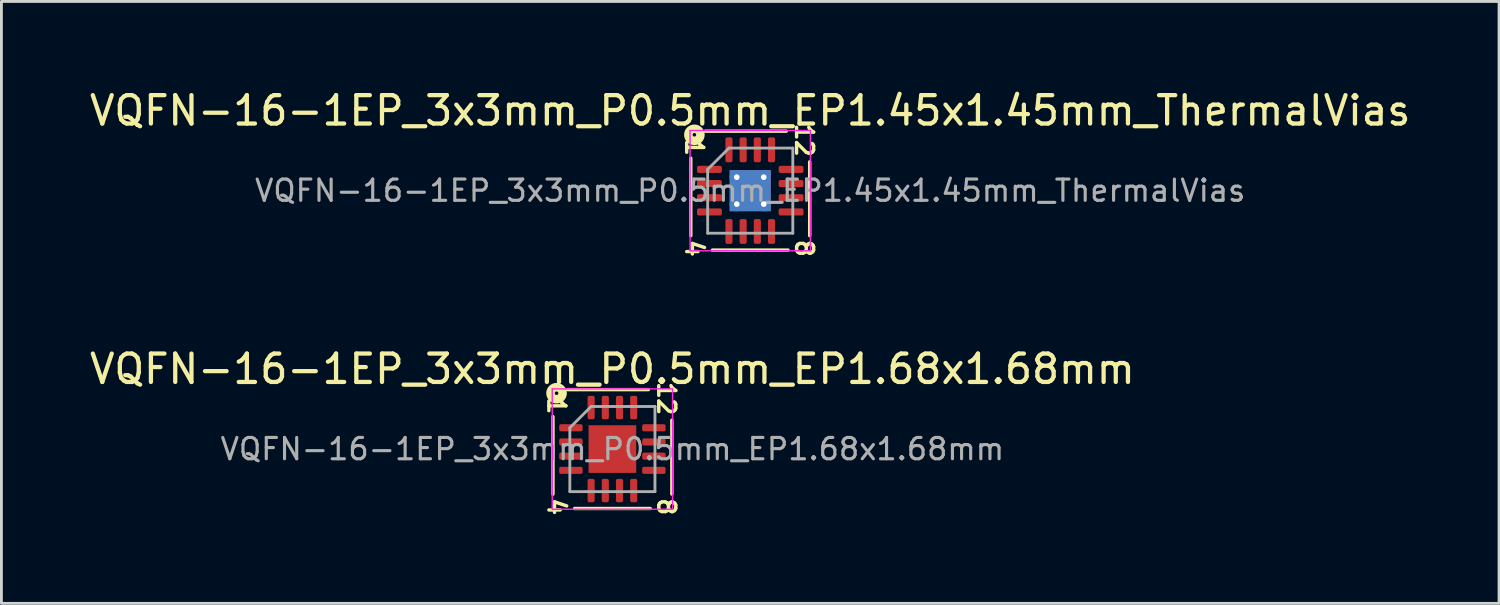
<source format=kicad_pcb>
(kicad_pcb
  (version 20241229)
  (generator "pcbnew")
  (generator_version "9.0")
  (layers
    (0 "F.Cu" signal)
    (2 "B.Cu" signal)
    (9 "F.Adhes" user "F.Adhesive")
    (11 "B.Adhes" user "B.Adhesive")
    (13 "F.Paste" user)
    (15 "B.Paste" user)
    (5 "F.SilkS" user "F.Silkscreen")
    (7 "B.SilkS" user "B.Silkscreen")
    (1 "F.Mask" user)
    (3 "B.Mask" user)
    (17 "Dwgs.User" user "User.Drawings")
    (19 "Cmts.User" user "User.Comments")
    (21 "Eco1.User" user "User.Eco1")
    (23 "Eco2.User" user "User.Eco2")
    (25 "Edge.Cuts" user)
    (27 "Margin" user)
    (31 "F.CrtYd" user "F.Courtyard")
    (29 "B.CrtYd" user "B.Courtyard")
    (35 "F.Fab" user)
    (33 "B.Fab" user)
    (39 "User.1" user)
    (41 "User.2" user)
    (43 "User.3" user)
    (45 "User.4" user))
  (footprint "VQFN-16-1EP_3x3mm_P0.5mm_EP1.45x1.45mm_ThermalVias"
    (layer "F.Cu")
    (at 23.387 3.668)
    (property "Reference" "VQFN-16-1EP_3x3mm_P0.5mm_EP1.45x1.45mm_ThermalVias" (at 0 -2.82 0) (layer "F.SilkS") (effects (font (size 1 1) (thickness 0.15))))
    (attr smd)
    (fp_line (start -2.095 1.587) (end -2.095 -1.143) (stroke (width 0.12) (type solid)) (layer "F.SilkS"))
    (fp_line (start -1.587 -2.095) (end 1.27 -2.095) (stroke (width 0.12) (type solid)) (layer "F.SilkS"))
    (fp_line (start 1.333 2.095) (end -1.333 2.095) (stroke (width 0.12) (type solid)) (layer "F.SilkS"))
    (fp_line (start 2.095 -1.016) (end 2.095 1.587) (stroke (width 0.12) (type solid)) (layer "F.SilkS"))
    (fp_circle (center -1.968 -1.968) (end -1.905 -1.968) (stroke (width 0.3) (type solid)) (fill no) (layer "F.SilkS"))
    (fp_line (start -2.12 -2.12) (end -2.12 2.12) (stroke (width 0.05) (type solid)) (layer "F.CrtYd"))
    (fp_line (start -2.12 2.12) (end 2.12 2.12) (stroke (width 0.05) (type solid)) (layer "F.CrtYd"))
    (fp_line (start 2.12 -2.12) (end -2.12 -2.12) (stroke (width 0.05) (type solid)) (layer "F.CrtYd"))
    (fp_line (start 2.12 2.12) (end 2.12 -2.12) (stroke (width 0.05) (type solid)) (layer "F.CrtYd"))
    (fp_line (start -1.5 -0.75) (end -0.75 -1.5) (stroke (width 0.1) (type solid)) (layer "F.Fab"))
    (fp_line (start -1.5 1.5) (end -1.5 -0.75) (stroke (width 0.1) (type solid)) (layer "F.Fab"))
    (fp_line (start -0.75 -1.5) (end 1.5 -1.5) (stroke (width 0.1) (type solid)) (layer "F.Fab"))
    (fp_line (start 1.5 -1.5) (end 1.5 1.5) (stroke (width 0.1) (type solid)) (layer "F.Fab"))
    (fp_line (start 1.5 1.5) (end -1.5 1.5) (stroke (width 0.1) (type solid)) (layer "F.Fab"))
    (fp_text user "4" (at -1.968 2.032 270) (unlocked yes) (layer "F.SilkS") (effects (font (size 0.6 0.6) (thickness 0.12))))
    (fp_text user "12" (at 1.905 -1.778 270) (unlocked yes) (layer "F.SilkS") (effects (font (size 0.6 0.6) (thickness 0.12))))
    (fp_text user "1" (at -1.968 -1.524 270) (unlocked yes) (layer "F.SilkS") (effects (font (size 0.6 0.6) (thickness 0.12))))
    (fp_text user "8" (at 1.905 2.032 270) (unlocked yes) (layer "F.SilkS") (effects (font (size 0.6 0.6) (thickness 0.12))))
    (fp_text user "${REFERENCE}" (at 0 0 0) (layer "F.Fab") (effects (font (size 0.75 0.75) (thickness 0.11))))
    (pad "" smd roundrect (at -0.36 -0.36) (size 0.63 0.63) (layers "F.Paste") (roundrect_rratio 0.25))
    (pad "" smd roundrect (at -0.36 0.36) (size 0.63 0.63) (layers "F.Paste") (roundrect_rratio 0.25))
    (pad "" smd roundrect (at 0.36 -0.36) (size 0.63 0.63) (layers "F.Paste") (roundrect_rratio 0.25))
    (pad "" smd roundrect (at 0.36 0.36) (size 0.63 0.63) (layers "F.Paste") (roundrect_rratio 0.25))
    (pad "1" smd roundrect (at -1.438 -0.75) (size 0.875 0.25) (layers "F.Cu" "F.Mask" "F.Paste") (roundrect_rratio 0.25))
    (pad "2" smd roundrect (at -1.438 -0.25) (size 0.875 0.25) (layers "F.Cu" "F.Mask" "F.Paste") (roundrect_rratio 0.25))
    (pad "3" smd roundrect (at -1.438 0.25) (size 0.875 0.25) (layers "F.Cu" "F.Mask" "F.Paste") (roundrect_rratio 0.25))
    (pad "4" smd roundrect (at -1.438 0.75) (size 0.875 0.25) (layers "F.Cu" "F.Mask" "F.Paste") (roundrect_rratio 0.25))
    (pad "5" smd roundrect (at -0.75 1.438) (size 0.25 0.875) (layers "F.Cu" "F.Mask" "F.Paste") (roundrect_rratio 0.25))
    (pad "6" smd roundrect (at -0.25 1.438) (size 0.25 0.875) (layers "F.Cu" "F.Mask" "F.Paste") (roundrect_rratio 0.25))
    (pad "7" smd roundrect (at 0.25 1.438) (size 0.25 0.875) (layers "F.Cu" "F.Mask" "F.Paste") (roundrect_rratio 0.25))
    (pad "8" smd roundrect (at 0.75 1.438) (size 0.25 0.875) (layers "F.Cu" "F.Mask" "F.Paste") (roundrect_rratio 0.25))
    (pad "9" smd roundrect (at 1.438 0.75) (size 0.875 0.25) (layers "F.Cu" "F.Mask" "F.Paste") (roundrect_rratio 0.25))
    (pad "10" smd roundrect (at 1.438 0.25) (size 0.875 0.25) (layers "F.Cu" "F.Mask" "F.Paste") (roundrect_rratio 0.25))
    (pad "11" smd roundrect (at 1.438 -0.25) (size 0.875 0.25) (layers "F.Cu" "F.Mask" "F.Paste") (roundrect_rratio 0.25))
    (pad "12" smd roundrect (at 1.438 -0.75) (size 0.875 0.25) (layers "F.Cu" "F.Mask" "F.Paste") (roundrect_rratio 0.25))
    (pad "13" smd roundrect (at 0.75 -1.438) (size 0.25 0.875) (layers "F.Cu" "F.Mask" "F.Paste") (roundrect_rratio 0.25))
    (pad "14" smd roundrect (at 0.25 -1.438) (size 0.25 0.875) (layers "F.Cu" "F.Mask" "F.Paste") (roundrect_rratio 0.25))
    (pad "15" smd roundrect (at -0.25 -1.438) (size 0.25 0.875) (layers "F.Cu" "F.Mask" "F.Paste") (roundrect_rratio 0.25))
    (pad "16" smd roundrect (at -0.75 -1.438) (size 0.25 0.875) (layers "F.Cu" "F.Mask" "F.Paste") (roundrect_rratio 0.25))
    (pad "17" thru_hole circle (at -0.475 -0.475) (size 0.5 0.5) (drill 0.2) (layers "*.Cu"))
    (pad "17" thru_hole circle (at -0.475 0.475) (size 0.5 0.5) (drill 0.2) (layers "*.Cu"))
    (pad "17" smd rect (at 0 0) (size 1.45 1.45) (layers "F.Cu" "F.Mask"))
    (pad "17" smd rect (at 0 0) (size 1.45 1.45) (layers "B.Cu" "B.Mask"))
    (pad "17" thru_hole circle (at 0.475 -0.475) (size 0.5 0.5) (drill 0.2) (layers "*.Cu"))
    (pad "17" thru_hole circle (at 0.475 0.475) (size 0.5 0.5) (drill 0.2) (layers "*.Cu")))
  (footprint "VQFN-16-1EP_3x3mm_P0.5mm_EP1.68x1.68mm"
    (layer "F.Cu")
    (at 18.53 12.774)
    (property "Reference" "VQFN-16-1EP_3x3mm_P0.5mm_EP1.68x1.68mm" (at 0 -2.82 0) (layer "F.SilkS") (effects (font (size 1 1) (thickness 0.15))))
    (attr smd)
    (fp_line (start -2.095 1.587) (end -2.095 -1.143) (stroke (width 0.12) (type solid)) (layer "F.SilkS"))
    (fp_line (start -1.587 -2.095) (end 1.27 -2.095) (stroke (width 0.12) (type solid)) (layer "F.SilkS"))
    (fp_line (start 1.333 2.095) (end -1.333 2.095) (stroke (width 0.12) (type solid)) (layer "F.SilkS"))
    (fp_line (start 2.095 -1.016) (end 2.095 1.587) (stroke (width 0.12) (type solid)) (layer "F.SilkS"))
    (fp_circle (center -1.968 -1.968) (end -1.905 -1.968) (stroke (width 0.3) (type solid)) (fill no) (layer "F.SilkS"))
    (fp_line (start -2.12 -2.12) (end -2.12 2.12) (stroke (width 0.05) (type solid)) (layer "F.CrtYd"))
    (fp_line (start -2.12 2.12) (end 2.12 2.12) (stroke (width 0.05) (type solid)) (layer "F.CrtYd"))
    (fp_line (start 2.12 -2.12) (end -2.12 -2.12) (stroke (width 0.05) (type solid)) (layer "F.CrtYd"))
    (fp_line (start 2.12 2.12) (end 2.12 -2.12) (stroke (width 0.05) (type solid)) (layer "F.CrtYd"))
    (fp_line (start -1.5 -0.75) (end -0.75 -1.5) (stroke (width 0.1) (type solid)) (layer "F.Fab"))
    (fp_line (start -1.5 1.5) (end -1.5 -0.75) (stroke (width 0.1) (type solid)) (layer "F.Fab"))
    (fp_line (start -0.75 -1.5) (end 1.5 -1.5) (stroke (width 0.1) (type solid)) (layer "F.Fab"))
    (fp_line (start 1.5 -1.5) (end 1.5 1.5) (stroke (width 0.1) (type solid)) (layer "F.Fab"))
    (fp_line (start 1.5 1.5) (end -1.5 1.5) (stroke (width 0.1) (type solid)) (layer "F.Fab"))
    (fp_text user "8" (at 1.905 2.032 270) (unlocked yes) (layer "F.SilkS") (effects (font (size 0.6 0.6) (thickness 0.12))))
    (fp_text user "4" (at -1.968 2.032 270) (unlocked yes) (layer "F.SilkS") (effects (font (size 0.6 0.6) (thickness 0.12))))
    (fp_text user "1" (at -1.968 -1.524 270) (unlocked yes) (layer "F.SilkS") (effects (font (size 0.6 0.6) (thickness 0.12))))
    (fp_text user "12" (at 1.905 -1.778 270) (unlocked yes) (layer "F.SilkS") (effects (font (size 0.6 0.6) (thickness 0.12))))
    (fp_text user "${REFERENCE}" (at 0 0 0) (layer "F.Fab") (effects (font (size 0.75 0.75) (thickness 0.11))))
    (pad "" smd roundrect (at -0.42 -0.42) (size 0.68 0.68) (layers "F.Paste") (roundrect_rratio 0.25))
    (pad "" smd roundrect (at -0.42 0.42) (size 0.68 0.68) (layers "F.Paste") (roundrect_rratio 0.25))
    (pad "" smd roundrect (at 0.42 -0.42) (size 0.68 0.68) (layers "F.Paste") (roundrect_rratio 0.25))
    (pad "" smd roundrect (at 0.42 0.42) (size 0.68 0.68) (layers "F.Paste") (roundrect_rratio 0.25))
    (pad "1" smd roundrect (at -1.462 -0.75) (size 0.825 0.25) (layers "F.Cu" "F.Mask" "F.Paste") (roundrect_rratio 0.25))
    (pad "2" smd roundrect (at -1.462 -0.25) (size 0.825 0.25) (layers "F.Cu" "F.Mask" "F.Paste") (roundrect_rratio 0.25))
    (pad "3" smd roundrect (at -1.462 0.25) (size 0.825 0.25) (layers "F.Cu" "F.Mask" "F.Paste") (roundrect_rratio 0.25))
    (pad "4" smd roundrect (at -1.462 0.75) (size 0.825 0.25) (layers "F.Cu" "F.Mask" "F.Paste") (roundrect_rratio 0.25))
    (pad "5" smd roundrect (at -0.75 1.462) (size 0.25 0.825) (layers "F.Cu" "F.Mask" "F.Paste") (roundrect_rratio 0.25))
    (pad "6" smd roundrect (at -0.25 1.462) (size 0.25 0.825) (layers "F.Cu" "F.Mask" "F.Paste") (roundrect_rratio 0.25))
    (pad "7" smd roundrect (at 0.25 1.462) (size 0.25 0.825) (layers "F.Cu" "F.Mask" "F.Paste") (roundrect_rratio 0.25))
    (pad "8" smd roundrect (at 0.75 1.462) (size 0.25 0.825) (layers "F.Cu" "F.Mask" "F.Paste") (roundrect_rratio 0.25))
    (pad "9" smd roundrect (at 1.462 0.75) (size 0.825 0.25) (layers "F.Cu" "F.Mask" "F.Paste") (roundrect_rratio 0.25))
    (pad "10" smd roundrect (at 1.462 0.25) (size 0.825 0.25) (layers "F.Cu" "F.Mask" "F.Paste") (roundrect_rratio 0.25))
    (pad "11" smd roundrect (at 1.462 -0.25) (size 0.825 0.25) (layers "F.Cu" "F.Mask" "F.Paste") (roundrect_rratio 0.25))
    (pad "12" smd roundrect (at 1.462 -0.75) (size 0.825 0.25) (layers "F.Cu" "F.Mask" "F.Paste") (roundrect_rratio 0.25))
    (pad "13" smd roundrect (at 0.75 -1.462) (size 0.25 0.825) (layers "F.Cu" "F.Mask" "F.Paste") (roundrect_rratio 0.25))
    (pad "14" smd roundrect (at 0.25 -1.462) (size 0.25 0.825) (layers "F.Cu" "F.Mask" "F.Paste") (roundrect_rratio 0.25))
    (pad "15" smd roundrect (at -0.25 -1.462) (size 0.25 0.825) (layers "F.Cu" "F.Mask" "F.Paste") (roundrect_rratio 0.25))
    (pad "16" smd roundrect (at -0.75 -1.462) (size 0.25 0.825) (layers "F.Cu" "F.Mask" "F.Paste") (roundrect_rratio 0.25))
    (pad "17" smd rect (at 0 0) (size 1.68 1.68) (layers "F.Cu" "F.Mask")))
  (gr_rect
    (start -3 -3)
    (end 49.774 18.212)
    (stroke (width 0.1) (type default))
    (fill no)
    (layer "Edge.Cuts")))
</source>
